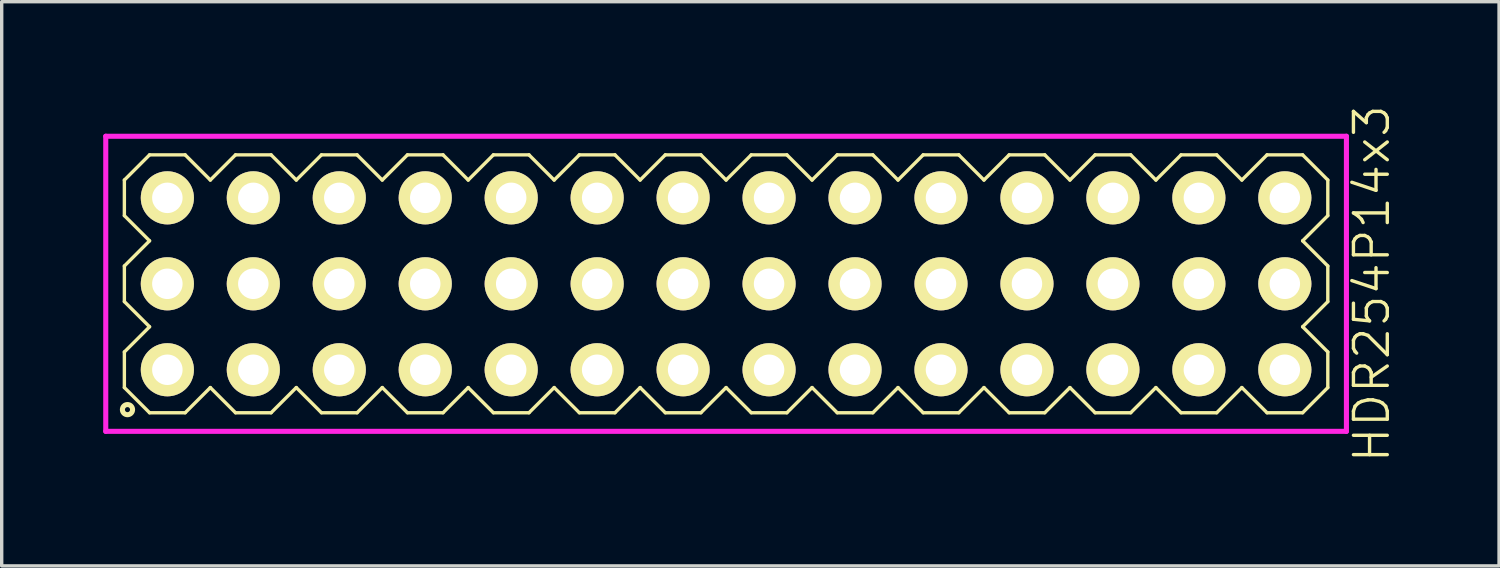
<source format=kicad_pcb>
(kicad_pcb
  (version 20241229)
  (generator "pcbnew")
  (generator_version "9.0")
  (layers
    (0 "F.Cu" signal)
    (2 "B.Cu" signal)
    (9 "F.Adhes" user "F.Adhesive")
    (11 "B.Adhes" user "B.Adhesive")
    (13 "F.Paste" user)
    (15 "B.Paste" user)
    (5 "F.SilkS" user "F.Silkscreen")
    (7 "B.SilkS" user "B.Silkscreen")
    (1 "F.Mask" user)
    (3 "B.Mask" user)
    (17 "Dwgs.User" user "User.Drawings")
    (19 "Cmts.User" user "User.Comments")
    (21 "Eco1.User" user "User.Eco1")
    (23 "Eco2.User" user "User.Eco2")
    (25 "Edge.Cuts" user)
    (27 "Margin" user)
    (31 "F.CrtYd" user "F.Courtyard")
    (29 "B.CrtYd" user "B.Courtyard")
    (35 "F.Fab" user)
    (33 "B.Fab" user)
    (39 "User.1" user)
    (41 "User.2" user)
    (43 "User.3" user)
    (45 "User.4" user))
  (footprint "HDR254P14x3"
    (layer "F.Cu")
    (at 18.405 5.336)
    (property "Reference" "HDR254P14x3" (at 19.08 0 90) (layer "F.SilkS") (effects (font (size 1 1) (thickness 0.1))))
    (attr through_hole)
    (fp_line (start -17.78 -3.066) (end -17.036 -3.81) (stroke (width 0.1) (type solid)) (layer "F.SilkS"))
    (fp_line (start -17.78 -2.014) (end -17.78 -3.066) (stroke (width 0.1) (type solid)) (layer "F.SilkS"))
    (fp_line (start -17.78 -0.526) (end -17.036 -1.27) (stroke (width 0.1) (type solid)) (layer "F.SilkS"))
    (fp_line (start -17.78 0.526) (end -17.78 -0.526) (stroke (width 0.1) (type solid)) (layer "F.SilkS"))
    (fp_line (start -17.78 2.014) (end -17.036 1.27) (stroke (width 0.1) (type solid)) (layer "F.SilkS"))
    (fp_line (start -17.78 3.066) (end -17.78 2.014) (stroke (width 0.1) (type solid)) (layer "F.SilkS"))
    (fp_line (start -17.036 -3.81) (end -15.984 -3.81) (stroke (width 0.1) (type solid)) (layer "F.SilkS"))
    (fp_line (start -17.036 -1.27) (end -17.78 -2.014) (stroke (width 0.1) (type solid)) (layer "F.SilkS"))
    (fp_line (start -17.036 1.27) (end -17.78 0.526) (stroke (width 0.1) (type solid)) (layer "F.SilkS"))
    (fp_line (start -17.036 3.81) (end -17.78 3.066) (stroke (width 0.1) (type solid)) (layer "F.SilkS"))
    (fp_line (start -15.984 -3.81) (end -15.24 -3.066) (stroke (width 0.1) (type solid)) (layer "F.SilkS"))
    (fp_line (start -15.984 3.81) (end -17.036 3.81) (stroke (width 0.1) (type solid)) (layer "F.SilkS"))
    (fp_line (start -15.24 -3.066) (end -14.496 -3.81) (stroke (width 0.1) (type solid)) (layer "F.SilkS"))
    (fp_line (start -15.24 3.066) (end -15.984 3.81) (stroke (width 0.1) (type solid)) (layer "F.SilkS"))
    (fp_line (start -14.496 -3.81) (end -13.444 -3.81) (stroke (width 0.1) (type solid)) (layer "F.SilkS"))
    (fp_line (start -14.496 3.81) (end -15.24 3.066) (stroke (width 0.1) (type solid)) (layer "F.SilkS"))
    (fp_line (start -13.444 -3.81) (end -12.7 -3.066) (stroke (width 0.1) (type solid)) (layer "F.SilkS"))
    (fp_line (start -13.444 3.81) (end -14.496 3.81) (stroke (width 0.1) (type solid)) (layer "F.SilkS"))
    (fp_line (start -12.7 -3.066) (end -11.956 -3.81) (stroke (width 0.1) (type solid)) (layer "F.SilkS"))
    (fp_line (start -12.7 3.066) (end -13.444 3.81) (stroke (width 0.1) (type solid)) (layer "F.SilkS"))
    (fp_line (start -11.956 -3.81) (end -10.904 -3.81) (stroke (width 0.1) (type solid)) (layer "F.SilkS"))
    (fp_line (start -11.956 3.81) (end -12.7 3.066) (stroke (width 0.1) (type solid)) (layer "F.SilkS"))
    (fp_line (start -10.904 -3.81) (end -10.16 -3.066) (stroke (width 0.1) (type solid)) (layer "F.SilkS"))
    (fp_line (start -10.904 3.81) (end -11.956 3.81) (stroke (width 0.1) (type solid)) (layer "F.SilkS"))
    (fp_line (start -10.16 -3.066) (end -9.416 -3.81) (stroke (width 0.1) (type solid)) (layer "F.SilkS"))
    (fp_line (start -10.16 3.066) (end -10.904 3.81) (stroke (width 0.1) (type solid)) (layer "F.SilkS"))
    (fp_line (start -9.416 -3.81) (end -8.364 -3.81) (stroke (width 0.1) (type solid)) (layer "F.SilkS"))
    (fp_line (start -9.416 3.81) (end -10.16 3.066) (stroke (width 0.1) (type solid)) (layer "F.SilkS"))
    (fp_line (start -8.364 -3.81) (end -7.62 -3.066) (stroke (width 0.1) (type solid)) (layer "F.SilkS"))
    (fp_line (start -8.364 3.81) (end -9.416 3.81) (stroke (width 0.1) (type solid)) (layer "F.SilkS"))
    (fp_line (start -7.62 -3.066) (end -6.876 -3.81) (stroke (width 0.1) (type solid)) (layer "F.SilkS"))
    (fp_line (start -7.62 3.066) (end -8.364 3.81) (stroke (width 0.1) (type solid)) (layer "F.SilkS"))
    (fp_line (start -6.876 -3.81) (end -5.824 -3.81) (stroke (width 0.1) (type solid)) (layer "F.SilkS"))
    (fp_line (start -6.876 3.81) (end -7.62 3.066) (stroke (width 0.1) (type solid)) (layer "F.SilkS"))
    (fp_line (start -5.824 -3.81) (end -5.08 -3.066) (stroke (width 0.1) (type solid)) (layer "F.SilkS"))
    (fp_line (start -5.824 3.81) (end -6.876 3.81) (stroke (width 0.1) (type solid)) (layer "F.SilkS"))
    (fp_line (start -5.08 -3.066) (end -4.336 -3.81) (stroke (width 0.1) (type solid)) (layer "F.SilkS"))
    (fp_line (start -5.08 3.066) (end -5.824 3.81) (stroke (width 0.1) (type solid)) (layer "F.SilkS"))
    (fp_line (start -4.336 -3.81) (end -3.284 -3.81) (stroke (width 0.1) (type solid)) (layer "F.SilkS"))
    (fp_line (start -4.336 3.81) (end -5.08 3.066) (stroke (width 0.1) (type solid)) (layer "F.SilkS"))
    (fp_line (start -3.284 -3.81) (end -2.54 -3.066) (stroke (width 0.1) (type solid)) (layer "F.SilkS"))
    (fp_line (start -3.284 3.81) (end -4.336 3.81) (stroke (width 0.1) (type solid)) (layer "F.SilkS"))
    (fp_line (start -2.54 -3.066) (end -1.796 -3.81) (stroke (width 0.1) (type solid)) (layer "F.SilkS"))
    (fp_line (start -2.54 3.066) (end -3.284 3.81) (stroke (width 0.1) (type solid)) (layer "F.SilkS"))
    (fp_line (start -1.796 -3.81) (end -0.744 -3.81) (stroke (width 0.1) (type solid)) (layer "F.SilkS"))
    (fp_line (start -1.796 3.81) (end -2.54 3.066) (stroke (width 0.1) (type solid)) (layer "F.SilkS"))
    (fp_line (start -0.744 -3.81) (end 0 -3.066) (stroke (width 0.1) (type solid)) (layer "F.SilkS"))
    (fp_line (start -0.744 3.81) (end -1.796 3.81) (stroke (width 0.1) (type solid)) (layer "F.SilkS"))
    (fp_line (start 0 -3.066) (end 0.744 -3.81) (stroke (width 0.1) (type solid)) (layer "F.SilkS"))
    (fp_line (start 0 3.066) (end -0.744 3.81) (stroke (width 0.1) (type solid)) (layer "F.SilkS"))
    (fp_line (start 0.744 -3.81) (end 1.796 -3.81) (stroke (width 0.1) (type solid)) (layer "F.SilkS"))
    (fp_line (start 0.744 3.81) (end 0 3.066) (stroke (width 0.1) (type solid)) (layer "F.SilkS"))
    (fp_line (start 1.796 -3.81) (end 2.54 -3.066) (stroke (width 0.1) (type solid)) (layer "F.SilkS"))
    (fp_line (start 1.796 3.81) (end 0.744 3.81) (stroke (width 0.1) (type solid)) (layer "F.SilkS"))
    (fp_line (start 2.54 -3.066) (end 3.284 -3.81) (stroke (width 0.1) (type solid)) (layer "F.SilkS"))
    (fp_line (start 2.54 3.066) (end 1.796 3.81) (stroke (width 0.1) (type solid)) (layer "F.SilkS"))
    (fp_line (start 3.284 -3.81) (end 4.336 -3.81) (stroke (width 0.1) (type solid)) (layer "F.SilkS"))
    (fp_line (start 3.284 3.81) (end 2.54 3.066) (stroke (width 0.1) (type solid)) (layer "F.SilkS"))
    (fp_line (start 4.336 -3.81) (end 5.08 -3.066) (stroke (width 0.1) (type solid)) (layer "F.SilkS"))
    (fp_line (start 4.336 3.81) (end 3.284 3.81) (stroke (width 0.1) (type solid)) (layer "F.SilkS"))
    (fp_line (start 5.08 -3.066) (end 5.824 -3.81) (stroke (width 0.1) (type solid)) (layer "F.SilkS"))
    (fp_line (start 5.08 3.066) (end 4.336 3.81) (stroke (width 0.1) (type solid)) (layer "F.SilkS"))
    (fp_line (start 5.824 -3.81) (end 6.876 -3.81) (stroke (width 0.1) (type solid)) (layer "F.SilkS"))
    (fp_line (start 5.824 3.81) (end 5.08 3.066) (stroke (width 0.1) (type solid)) (layer "F.SilkS"))
    (fp_line (start 6.876 -3.81) (end 7.62 -3.066) (stroke (width 0.1) (type solid)) (layer "F.SilkS"))
    (fp_line (start 6.876 3.81) (end 5.824 3.81) (stroke (width 0.1) (type solid)) (layer "F.SilkS"))
    (fp_line (start 7.62 -3.066) (end 8.364 -3.81) (stroke (width 0.1) (type solid)) (layer "F.SilkS"))
    (fp_line (start 7.62 3.066) (end 6.876 3.81) (stroke (width 0.1) (type solid)) (layer "F.SilkS"))
    (fp_line (start 8.364 -3.81) (end 9.416 -3.81) (stroke (width 0.1) (type solid)) (layer "F.SilkS"))
    (fp_line (start 8.364 3.81) (end 7.62 3.066) (stroke (width 0.1) (type solid)) (layer "F.SilkS"))
    (fp_line (start 9.416 -3.81) (end 10.16 -3.066) (stroke (width 0.1) (type solid)) (layer "F.SilkS"))
    (fp_line (start 9.416 3.81) (end 8.364 3.81) (stroke (width 0.1) (type solid)) (layer "F.SilkS"))
    (fp_line (start 10.16 -3.066) (end 10.904 -3.81) (stroke (width 0.1) (type solid)) (layer "F.SilkS"))
    (fp_line (start 10.16 3.066) (end 9.416 3.81) (stroke (width 0.1) (type solid)) (layer "F.SilkS"))
    (fp_line (start 10.904 -3.81) (end 11.956 -3.81) (stroke (width 0.1) (type solid)) (layer "F.SilkS"))
    (fp_line (start 10.904 3.81) (end 10.16 3.066) (stroke (width 0.1) (type solid)) (layer "F.SilkS"))
    (fp_line (start 11.956 -3.81) (end 12.7 -3.066) (stroke (width 0.1) (type solid)) (layer "F.SilkS"))
    (fp_line (start 11.956 3.81) (end 10.904 3.81) (stroke (width 0.1) (type solid)) (layer "F.SilkS"))
    (fp_line (start 12.7 -3.066) (end 13.444 -3.81) (stroke (width 0.1) (type solid)) (layer "F.SilkS"))
    (fp_line (start 12.7 3.066) (end 11.956 3.81) (stroke (width 0.1) (type solid)) (layer "F.SilkS"))
    (fp_line (start 13.444 -3.81) (end 14.496 -3.81) (stroke (width 0.1) (type solid)) (layer "F.SilkS"))
    (fp_line (start 13.444 3.81) (end 12.7 3.066) (stroke (width 0.1) (type solid)) (layer "F.SilkS"))
    (fp_line (start 14.496 -3.81) (end 15.24 -3.066) (stroke (width 0.1) (type solid)) (layer "F.SilkS"))
    (fp_line (start 14.496 3.81) (end 13.444 3.81) (stroke (width 0.1) (type solid)) (layer "F.SilkS"))
    (fp_line (start 15.24 -3.066) (end 15.984 -3.81) (stroke (width 0.1) (type solid)) (layer "F.SilkS"))
    (fp_line (start 15.24 3.066) (end 14.496 3.81) (stroke (width 0.1) (type solid)) (layer "F.SilkS"))
    (fp_line (start 15.984 -3.81) (end 17.036 -3.81) (stroke (width 0.1) (type solid)) (layer "F.SilkS"))
    (fp_line (start 15.984 3.81) (end 15.24 3.066) (stroke (width 0.1) (type solid)) (layer "F.SilkS"))
    (fp_line (start 17.036 -3.81) (end 17.78 -3.066) (stroke (width 0.1) (type solid)) (layer "F.SilkS"))
    (fp_line (start 17.036 -1.27) (end 17.78 -0.526) (stroke (width 0.1) (type solid)) (layer "F.SilkS"))
    (fp_line (start 17.036 1.27) (end 17.78 2.014) (stroke (width 0.1) (type solid)) (layer "F.SilkS"))
    (fp_line (start 17.036 3.81) (end 15.984 3.81) (stroke (width 0.1) (type solid)) (layer "F.SilkS"))
    (fp_line (start 17.78 -3.066) (end 17.78 -2.014) (stroke (width 0.1) (type solid)) (layer "F.SilkS"))
    (fp_line (start 17.78 -2.014) (end 17.036 -1.27) (stroke (width 0.1) (type solid)) (layer "F.SilkS"))
    (fp_line (start 17.78 -0.526) (end 17.78 0.526) (stroke (width 0.1) (type solid)) (layer "F.SilkS"))
    (fp_line (start 17.78 0.526) (end 17.036 1.27) (stroke (width 0.1) (type solid)) (layer "F.SilkS"))
    (fp_line (start 17.78 2.014) (end 17.78 3.066) (stroke (width 0.1) (type solid)) (layer "F.SilkS"))
    (fp_line (start 17.78 3.066) (end 17.036 3.81) (stroke (width 0.1) (type solid)) (layer "F.SilkS"))
    (fp_circle (center -17.688 3.718) (end -17.538 3.718) (stroke (width 0.15) (type solid)) (fill no) (layer "F.SilkS"))
    (fp_line (start -18.33 -4.36) (end -18.33 4.36) (stroke (width 0.15) (type solid)) (layer "F.CrtYd"))
    (fp_line (start -18.33 4.36) (end 18.33 4.36) (stroke (width 0.15) (type solid)) (layer "F.CrtYd"))
    (fp_line (start 18.33 -4.36) (end -18.33 -4.36) (stroke (width 0.15) (type solid)) (layer "F.CrtYd"))
    (fp_line (start 18.33 4.36) (end 18.33 -4.36) (stroke (width 0.15) (type solid)) (layer "F.CrtYd"))
    (pad "1" thru_hole oval (at -16.51 2.54) (size 1.57 1.57) (drill 0.9) (layers "*.Cu" "*.Mask" "F.SilkS"))
    (pad "2" thru_hole oval (at -16.51 0) (size 1.57 1.57) (drill 0.9) (layers "*.Cu" "*.Mask" "F.SilkS"))
    (pad "3" thru_hole oval (at -16.51 -2.54) (size 1.57 1.57) (drill 0.9) (layers "*.Cu" "*.Mask" "F.SilkS"))
    (pad "4" thru_hole oval (at -13.97 2.54) (size 1.57 1.57) (drill 0.9) (layers "*.Cu" "*.Mask" "F.SilkS"))
    (pad "5" thru_hole oval (at -13.97 0) (size 1.57 1.57) (drill 0.9) (layers "*.Cu" "*.Mask" "F.SilkS"))
    (pad "6" thru_hole oval (at -13.97 -2.54) (size 1.57 1.57) (drill 0.9) (layers "*.Cu" "*.Mask" "F.SilkS"))
    (pad "7" thru_hole oval (at -11.43 2.54) (size 1.57 1.57) (drill 0.9) (layers "*.Cu" "*.Mask" "F.SilkS"))
    (pad "8" thru_hole oval (at -11.43 0) (size 1.57 1.57) (drill 0.9) (layers "*.Cu" "*.Mask" "F.SilkS"))
    (pad "9" thru_hole oval (at -11.43 -2.54) (size 1.57 1.57) (drill 0.9) (layers "*.Cu" "*.Mask" "F.SilkS"))
    (pad "10" thru_hole oval (at -8.89 2.54) (size 1.57 1.57) (drill 0.9) (layers "*.Cu" "*.Mask" "F.SilkS"))
    (pad "11" thru_hole oval (at -8.89 0) (size 1.57 1.57) (drill 0.9) (layers "*.Cu" "*.Mask" "F.SilkS"))
    (pad "12" thru_hole oval (at -8.89 -2.54) (size 1.57 1.57) (drill 0.9) (layers "*.Cu" "*.Mask" "F.SilkS"))
    (pad "13" thru_hole oval (at -6.35 2.54) (size 1.57 1.57) (drill 0.9) (layers "*.Cu" "*.Mask" "F.SilkS"))
    (pad "14" thru_hole oval (at -6.35 0) (size 1.57 1.57) (drill 0.9) (layers "*.Cu" "*.Mask" "F.SilkS"))
    (pad "15" thru_hole oval (at -6.35 -2.54) (size 1.57 1.57) (drill 0.9) (layers "*.Cu" "*.Mask" "F.SilkS"))
    (pad "16" thru_hole oval (at -3.81 2.54) (size 1.57 1.57) (drill 0.9) (layers "*.Cu" "*.Mask" "F.SilkS"))
    (pad "17" thru_hole oval (at -3.81 0) (size 1.57 1.57) (drill 0.9) (layers "*.Cu" "*.Mask" "F.SilkS"))
    (pad "18" thru_hole oval (at -3.81 -2.54) (size 1.57 1.57) (drill 0.9) (layers "*.Cu" "*.Mask" "F.SilkS"))
    (pad "19" thru_hole oval (at -1.27 2.54) (size 1.57 1.57) (drill 0.9) (layers "*.Cu" "*.Mask" "F.SilkS"))
    (pad "20" thru_hole oval (at -1.27 0) (size 1.57 1.57) (drill 0.9) (layers "*.Cu" "*.Mask" "F.SilkS"))
    (pad "21" thru_hole oval (at -1.27 -2.54) (size 1.57 1.57) (drill 0.9) (layers "*.Cu" "*.Mask" "F.SilkS"))
    (pad "22" thru_hole oval (at 1.27 2.54) (size 1.57 1.57) (drill 0.9) (layers "*.Cu" "*.Mask" "F.SilkS"))
    (pad "23" thru_hole oval (at 1.27 0) (size 1.57 1.57) (drill 0.9) (layers "*.Cu" "*.Mask" "F.SilkS"))
    (pad "24" thru_hole oval (at 1.27 -2.54) (size 1.57 1.57) (drill 0.9) (layers "*.Cu" "*.Mask" "F.SilkS"))
    (pad "25" thru_hole oval (at 3.81 2.54) (size 1.57 1.57) (drill 0.9) (layers "*.Cu" "*.Mask" "F.SilkS"))
    (pad "26" thru_hole oval (at 3.81 0) (size 1.57 1.57) (drill 0.9) (layers "*.Cu" "*.Mask" "F.SilkS"))
    (pad "27" thru_hole oval (at 3.81 -2.54) (size 1.57 1.57) (drill 0.9) (layers "*.Cu" "*.Mask" "F.SilkS"))
    (pad "28" thru_hole oval (at 6.35 2.54) (size 1.57 1.57) (drill 0.9) (layers "*.Cu" "*.Mask" "F.SilkS"))
    (pad "29" thru_hole oval (at 6.35 0) (size 1.57 1.57) (drill 0.9) (layers "*.Cu" "*.Mask" "F.SilkS"))
    (pad "30" thru_hole oval (at 6.35 -2.54) (size 1.57 1.57) (drill 0.9) (layers "*.Cu" "*.Mask" "F.SilkS"))
    (pad "31" thru_hole oval (at 8.89 2.54) (size 1.57 1.57) (drill 0.9) (layers "*.Cu" "*.Mask" "F.SilkS"))
    (pad "32" thru_hole oval (at 8.89 0) (size 1.57 1.57) (drill 0.9) (layers "*.Cu" "*.Mask" "F.SilkS"))
    (pad "33" thru_hole oval (at 8.89 -2.54) (size 1.57 1.57) (drill 0.9) (layers "*.Cu" "*.Mask" "F.SilkS"))
    (pad "34" thru_hole oval (at 11.43 2.54) (size 1.57 1.57) (drill 0.9) (layers "*.Cu" "*.Mask" "F.SilkS"))
    (pad "35" thru_hole oval (at 11.43 0) (size 1.57 1.57) (drill 0.9) (layers "*.Cu" "*.Mask" "F.SilkS"))
    (pad "36" thru_hole oval (at 11.43 -2.54) (size 1.57 1.57) (drill 0.9) (layers "*.Cu" "*.Mask" "F.SilkS"))
    (pad "37" thru_hole oval (at 13.97 2.54) (size 1.57 1.57) (drill 0.9) (layers "*.Cu" "*.Mask" "F.SilkS"))
    (pad "38" thru_hole oval (at 13.97 0) (size 1.57 1.57) (drill 0.9) (layers "*.Cu" "*.Mask" "F.SilkS"))
    (pad "39" thru_hole oval (at 13.97 -2.54) (size 1.57 1.57) (drill 0.9) (layers "*.Cu" "*.Mask" "F.SilkS"))
    (pad "40" thru_hole oval (at 16.51 2.54) (size 1.57 1.57) (drill 0.9) (layers "*.Cu" "*.Mask" "F.SilkS"))
    (pad "41" thru_hole oval (at 16.51 0) (size 1.57 1.57) (drill 0.9) (layers "*.Cu" "*.Mask" "F.SilkS"))
    (pad "42" thru_hole oval (at 16.51 -2.54) (size 1.57 1.57) (drill 0.9) (layers "*.Cu" "*.Mask" "F.SilkS")))
  (gr_rect
    (start -3 -3)
    (end 41.245 13.671)
    (stroke (width 0.1) (type default))
    (fill no)
    (layer "Edge.Cuts")))
</source>
